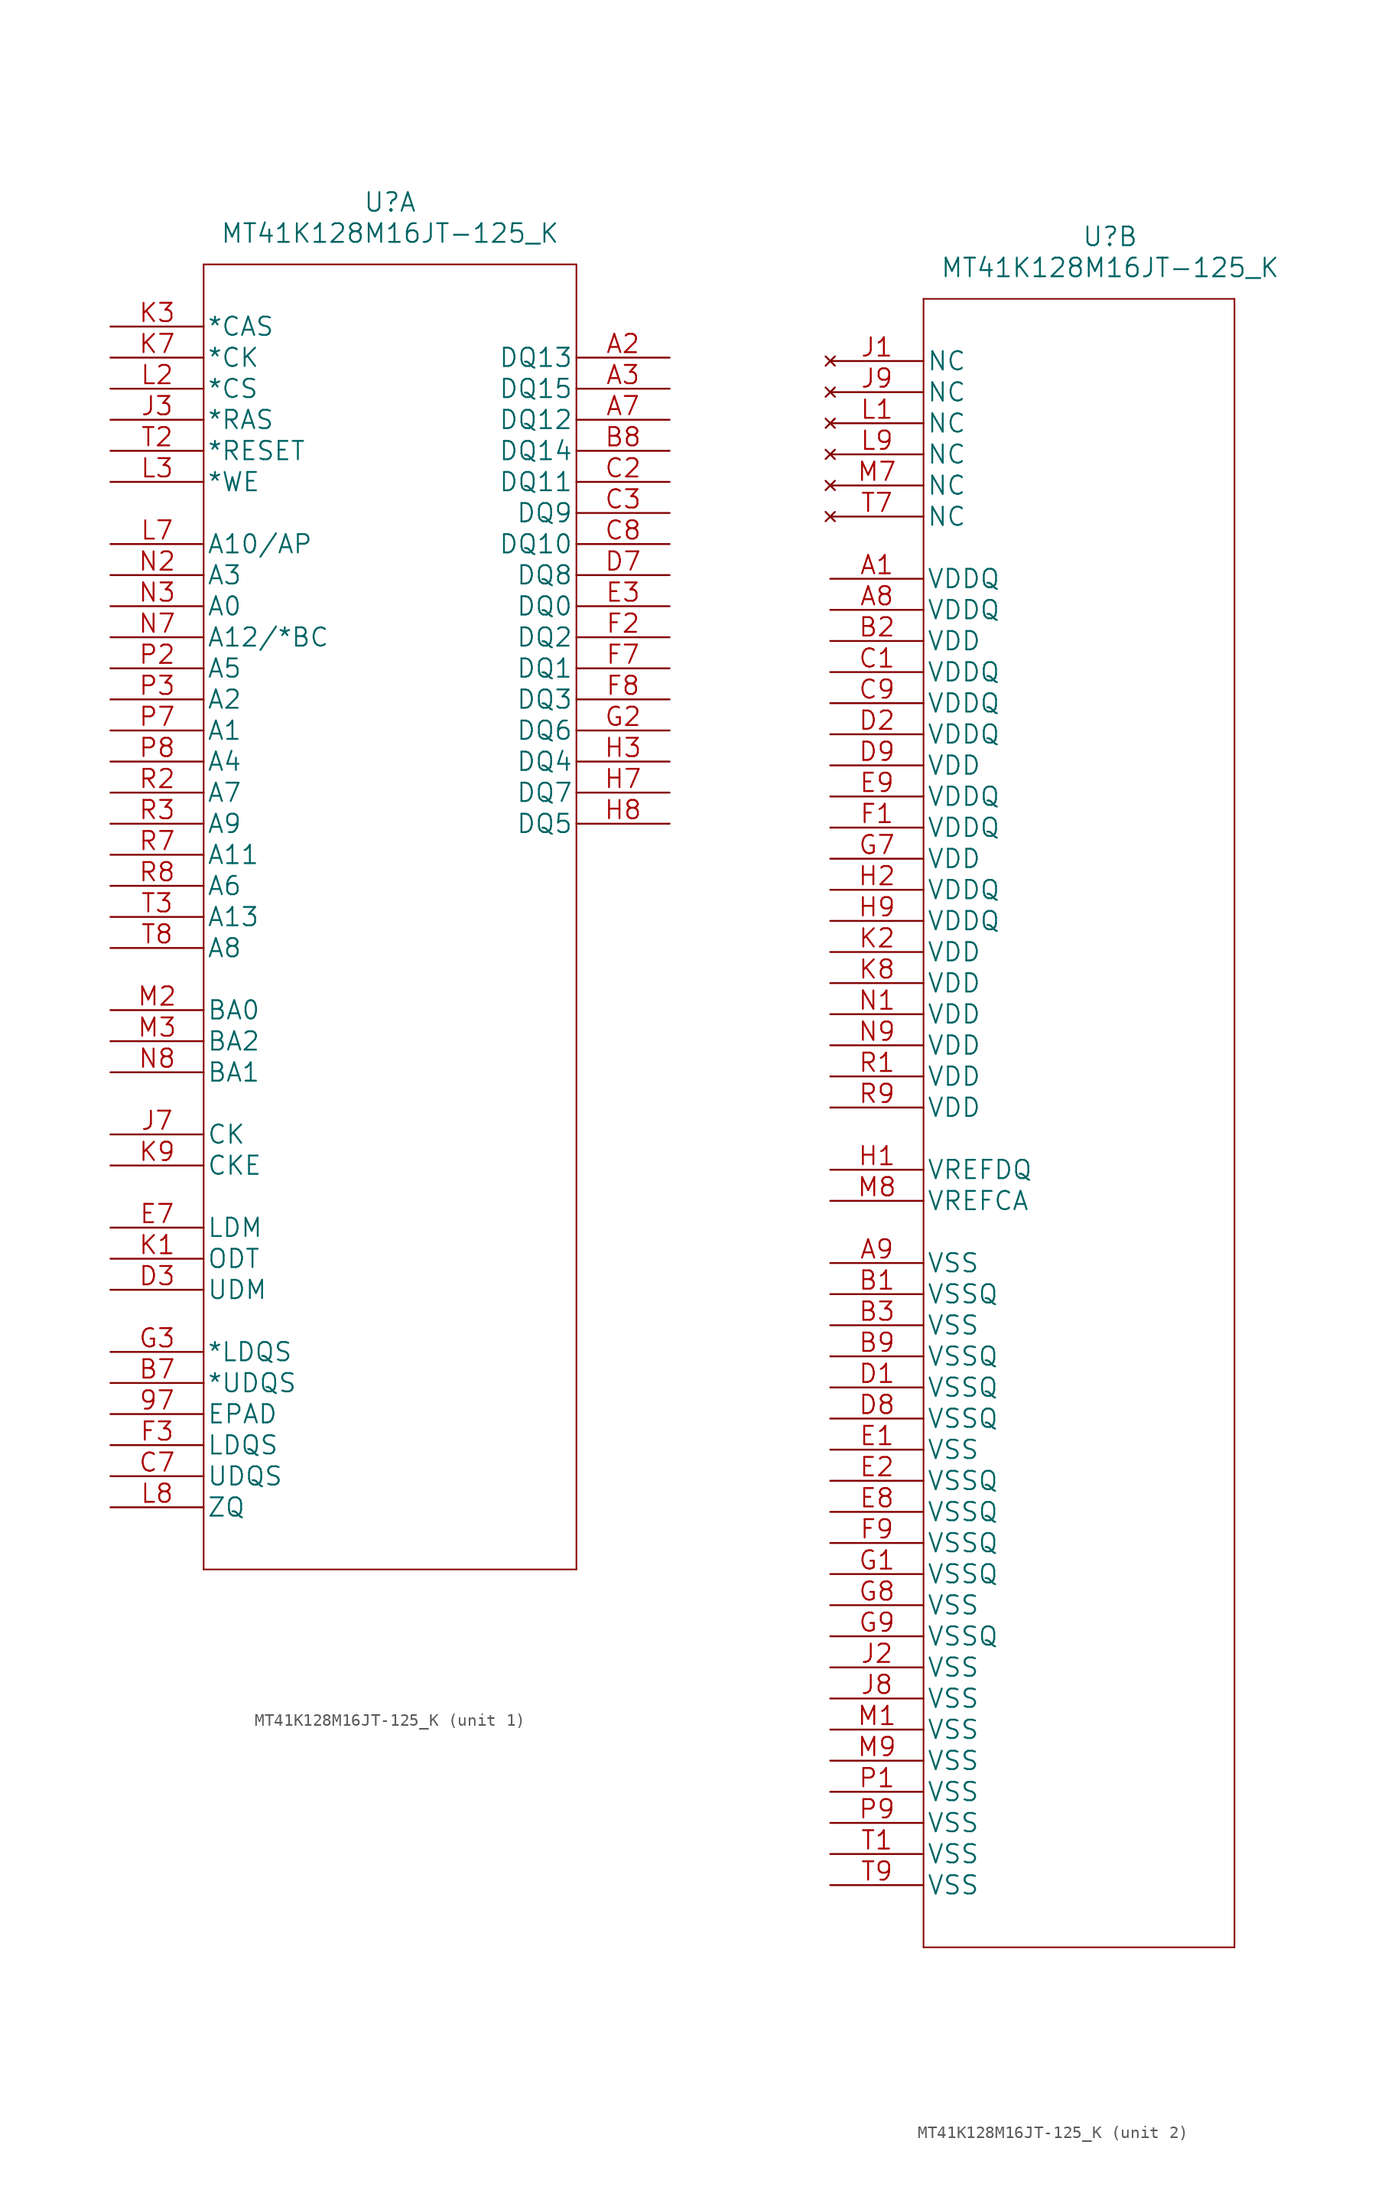
<source format=kicad_sym>
(kicad_symbol_lib
  (version 20201005)
  (generator kicad_symbol_editor)
  (symbol "MT41K128M16JT-125_K"
    (pin_names
      (offset 0.254))
    (property "Reference" "U"
      (at 22.86 10.16 0)
      (effects (font (size 1.524 1.524))))
    (property "Value" "MT41K128M16JT-125_K"
      (at 22.86 7.62 0)
      (effects (font (size 1.524 1.524))))
    (property "Datasheet" ""
      (at 0 0 0)
      (effects (font (size 1.524 1.524))))
    (symbol "MT41K128M16JT-125_K_1_1"
      (polyline (pts (xy 7.62 -101.6) (xy 38.1 -101.6)) (stroke (width 0.127)) (fill (type none)))
      (polyline (pts (xy 7.62 5.08) (xy 7.62 -101.6)) (stroke (width 0.127)) (fill (type none)))
      (polyline (pts (xy 38.1 -101.6) (xy 38.1 5.08)) (stroke (width 0.127)) (fill (type none)))
      (polyline (pts (xy 38.1 5.08) (xy 7.62 5.08)) (stroke (width 0.127)) (fill (type none)))
      (pin unspecified line (at 0 -88.9 0) (length 7.62) (name "EPAD" (effects (font (size 1.499 1.499)))) (number "97" (effects (font (size 1.499 1.499)))))
      (pin bidirectional line (at 45.72 -2.54 180) (length 7.62) (name "DQ13" (effects (font (size 1.499 1.499)))) (number "A2" (effects (font (size 1.499 1.499)))))
      (pin bidirectional line (at 45.72 -5.08 180) (length 7.62) (name "DQ15" (effects (font (size 1.499 1.499)))) (number "A3" (effects (font (size 1.499 1.499)))))
      (pin bidirectional line (at 45.72 -7.62 180) (length 7.62) (name "DQ12" (effects (font (size 1.499 1.499)))) (number "A7" (effects (font (size 1.499 1.499)))))
      (pin bidirectional line (at 0 -86.36 0) (length 7.62) (name "*UDQS" (effects (font (size 1.499 1.499)))) (number "B7" (effects (font (size 1.499 1.499)))))
      (pin bidirectional line (at 45.72 -10.16 180) (length 7.62) (name "DQ14" (effects (font (size 1.499 1.499)))) (number "B8" (effects (font (size 1.499 1.499)))))
      (pin bidirectional line (at 45.72 -12.7 180) (length 7.62) (name "DQ11" (effects (font (size 1.499 1.499)))) (number "C2" (effects (font (size 1.499 1.499)))))
      (pin bidirectional line (at 45.72 -15.24 180) (length 7.62) (name "DQ9" (effects (font (size 1.499 1.499)))) (number "C3" (effects (font (size 1.499 1.499)))))
      (pin bidirectional line (at 0 -93.98 0) (length 7.62) (name "UDQS" (effects (font (size 1.499 1.499)))) (number "C7" (effects (font (size 1.499 1.499)))))
      (pin bidirectional line (at 45.72 -17.78 180) (length 7.62) (name "DQ10" (effects (font (size 1.499 1.499)))) (number "C8" (effects (font (size 1.499 1.499)))))
      (pin input line (at 0 -78.74 0) (length 7.62) (name "UDM" (effects (font (size 1.499 1.499)))) (number "D3" (effects (font (size 1.499 1.499)))))
      (pin bidirectional line (at 45.72 -20.32 180) (length 7.62) (name "DQ8" (effects (font (size 1.499 1.499)))) (number "D7" (effects (font (size 1.499 1.499)))))
      (pin bidirectional line (at 45.72 -22.86 180) (length 7.62) (name "DQ0" (effects (font (size 1.499 1.499)))) (number "E3" (effects (font (size 1.499 1.499)))))
      (pin input line (at 0 -73.66 0) (length 7.62) (name "LDM" (effects (font (size 1.499 1.499)))) (number "E7" (effects (font (size 1.499 1.499)))))
      (pin bidirectional line (at 45.72 -25.4 180) (length 7.62) (name "DQ2" (effects (font (size 1.499 1.499)))) (number "F2" (effects (font (size 1.499 1.499)))))
      (pin bidirectional line (at 0 -91.44 0) (length 7.62) (name "LDQS" (effects (font (size 1.499 1.499)))) (number "F3" (effects (font (size 1.499 1.499)))))
      (pin bidirectional line (at 45.72 -27.94 180) (length 7.62) (name "DQ1" (effects (font (size 1.499 1.499)))) (number "F7" (effects (font (size 1.499 1.499)))))
      (pin bidirectional line (at 45.72 -30.48 180) (length 7.62) (name "DQ3" (effects (font (size 1.499 1.499)))) (number "F8" (effects (font (size 1.499 1.499)))))
      (pin bidirectional line (at 45.72 -33.02 180) (length 7.62) (name "DQ6" (effects (font (size 1.499 1.499)))) (number "G2" (effects (font (size 1.499 1.499)))))
      (pin bidirectional line (at 0 -83.82 0) (length 7.62) (name "*LDQS" (effects (font (size 1.499 1.499)))) (number "G3" (effects (font (size 1.499 1.499)))))
      (pin bidirectional line (at 45.72 -35.56 180) (length 7.62) (name "DQ4" (effects (font (size 1.499 1.499)))) (number "H3" (effects (font (size 1.499 1.499)))))
      (pin bidirectional line (at 45.72 -38.1 180) (length 7.62) (name "DQ7" (effects (font (size 1.499 1.499)))) (number "H7" (effects (font (size 1.499 1.499)))))
      (pin bidirectional line (at 45.72 -40.64 180) (length 7.62) (name "DQ5" (effects (font (size 1.499 1.499)))) (number "H8" (effects (font (size 1.499 1.499)))))
      (pin input line (at 0 -7.62 0) (length 7.62) (name "*RAS" (effects (font (size 1.499 1.499)))) (number "J3" (effects (font (size 1.499 1.499)))))
      (pin input line (at 0 -66.04 0) (length 7.62) (name "CK" (effects (font (size 1.499 1.499)))) (number "J7" (effects (font (size 1.499 1.499)))))
      (pin input line (at 0 -76.2 0) (length 7.62) (name "ODT" (effects (font (size 1.499 1.499)))) (number "K1" (effects (font (size 1.499 1.499)))))
      (pin input line (at 0 0 0) (length 7.62) (name "*CAS" (effects (font (size 1.499 1.499)))) (number "K3" (effects (font (size 1.499 1.499)))))
      (pin input line (at 0 -2.54 0) (length 7.62) (name "*CK" (effects (font (size 1.499 1.499)))) (number "K7" (effects (font (size 1.499 1.499)))))
      (pin input line (at 0 -68.58 0) (length 7.62) (name "CKE" (effects (font (size 1.499 1.499)))) (number "K9" (effects (font (size 1.499 1.499)))))
      (pin input line (at 0 -5.08 0) (length 7.62) (name "*CS" (effects (font (size 1.499 1.499)))) (number "L2" (effects (font (size 1.499 1.499)))))
      (pin input line (at 0 -12.7 0) (length 7.62) (name "*WE" (effects (font (size 1.499 1.499)))) (number "L3" (effects (font (size 1.499 1.499)))))
      (pin input line (at 0 -17.78 0) (length 7.62) (name "A10/AP" (effects (font (size 1.499 1.499)))) (number "L7" (effects (font (size 1.499 1.499)))))
      (pin unspecified line (at 0 -96.52 0) (length 7.62) (name "ZQ" (effects (font (size 1.499 1.499)))) (number "L8" (effects (font (size 1.499 1.499)))))
      (pin input line (at 0 -55.88 0) (length 7.62) (name "BA0" (effects (font (size 1.499 1.499)))) (number "M2" (effects (font (size 1.499 1.499)))))
      (pin input line (at 0 -58.42 0) (length 7.62) (name "BA2" (effects (font (size 1.499 1.499)))) (number "M3" (effects (font (size 1.499 1.499)))))
      (pin input line (at 0 -20.32 0) (length 7.62) (name "A3" (effects (font (size 1.499 1.499)))) (number "N2" (effects (font (size 1.499 1.499)))))
      (pin input line (at 0 -22.86 0) (length 7.62) (name "A0" (effects (font (size 1.499 1.499)))) (number "N3" (effects (font (size 1.499 1.499)))))
      (pin input line (at 0 -25.4 0) (length 7.62) (name "A12/*BC" (effects (font (size 1.499 1.499)))) (number "N7" (effects (font (size 1.499 1.499)))))
      (pin input line (at 0 -60.96 0) (length 7.62) (name "BA1" (effects (font (size 1.499 1.499)))) (number "N8" (effects (font (size 1.499 1.499)))))
      (pin input line (at 0 -27.94 0) (length 7.62) (name "A5" (effects (font (size 1.499 1.499)))) (number "P2" (effects (font (size 1.499 1.499)))))
      (pin input line (at 0 -30.48 0) (length 7.62) (name "A2" (effects (font (size 1.499 1.499)))) (number "P3" (effects (font (size 1.499 1.499)))))
      (pin input line (at 0 -33.02 0) (length 7.62) (name "A1" (effects (font (size 1.499 1.499)))) (number "P7" (effects (font (size 1.499 1.499)))))
      (pin input line (at 0 -35.56 0) (length 7.62) (name "A4" (effects (font (size 1.499 1.499)))) (number "P8" (effects (font (size 1.499 1.499)))))
      (pin input line (at 0 -38.1 0) (length 7.62) (name "A7" (effects (font (size 1.499 1.499)))) (number "R2" (effects (font (size 1.499 1.499)))))
      (pin input line (at 0 -40.64 0) (length 7.62) (name "A9" (effects (font (size 1.499 1.499)))) (number "R3" (effects (font (size 1.499 1.499)))))
      (pin input line (at 0 -43.18 0) (length 7.62) (name "A11" (effects (font (size 1.499 1.499)))) (number "R7" (effects (font (size 1.499 1.499)))))
      (pin input line (at 0 -45.72 0) (length 7.62) (name "A6" (effects (font (size 1.499 1.499)))) (number "R8" (effects (font (size 1.499 1.499)))))
      (pin input line (at 0 -10.16 0) (length 7.62) (name "*RESET" (effects (font (size 1.499 1.499)))) (number "T2" (effects (font (size 1.499 1.499)))))
      (pin input line (at 0 -48.26 0) (length 7.62) (name "A13" (effects (font (size 1.499 1.499)))) (number "T3" (effects (font (size 1.499 1.499)))))
      (pin input line (at 0 -50.8 0) (length 7.62) (name "A8" (effects (font (size 1.499 1.499)))) (number "T8" (effects (font (size 1.499 1.499))))))
    (symbol "MT41K128M16JT-125_K_2_1"
      (polyline (pts (xy 7.62 -129.54) (xy 33.02 -129.54)) (stroke (width 0.127)) (fill (type none)))
      (polyline (pts (xy 7.62 5.08) (xy 7.62 -129.54)) (stroke (width 0.127)) (fill (type none)))
      (polyline (pts (xy 33.02 -129.54) (xy 33.02 5.08)) (stroke (width 0.127)) (fill (type none)))
      (polyline (pts (xy 33.02 5.08) (xy 7.62 5.08)) (stroke (width 0.127)) (fill (type none)))
      (pin power_in line (at 0 -17.78 0) (length 7.62) (name "VDDQ" (effects (font (size 1.499 1.499)))) (number "A1" (effects (font (size 1.499 1.499)))))
      (pin power_in line (at 0 -20.32 0) (length 7.62) (name "VDDQ" (effects (font (size 1.499 1.499)))) (number "A8" (effects (font (size 1.499 1.499)))))
      (pin power_in line (at 0 -73.66 0) (length 7.62) (name "VSS" (effects (font (size 1.499 1.499)))) (number "A9" (effects (font (size 1.499 1.499)))))
      (pin power_in line (at 0 -76.2 0) (length 7.62) (name "VSSQ" (effects (font (size 1.499 1.499)))) (number "B1" (effects (font (size 1.499 1.499)))))
      (pin power_in line (at 0 -22.86 0) (length 7.62) (name "VDD" (effects (font (size 1.499 1.499)))) (number "B2" (effects (font (size 1.499 1.499)))))
      (pin power_in line (at 0 -78.74 0) (length 7.62) (name "VSS" (effects (font (size 1.499 1.499)))) (number "B3" (effects (font (size 1.499 1.499)))))
      (pin power_in line (at 0 -81.28 0) (length 7.62) (name "VSSQ" (effects (font (size 1.499 1.499)))) (number "B9" (effects (font (size 1.499 1.499)))))
      (pin power_in line (at 0 -25.4 0) (length 7.62) (name "VDDQ" (effects (font (size 1.499 1.499)))) (number "C1" (effects (font (size 1.499 1.499)))))
      (pin power_in line (at 0 -27.94 0) (length 7.62) (name "VDDQ" (effects (font (size 1.499 1.499)))) (number "C9" (effects (font (size 1.499 1.499)))))
      (pin power_in line (at 0 -83.82 0) (length 7.62) (name "VSSQ" (effects (font (size 1.499 1.499)))) (number "D1" (effects (font (size 1.499 1.499)))))
      (pin power_in line (at 0 -30.48 0) (length 7.62) (name "VDDQ" (effects (font (size 1.499 1.499)))) (number "D2" (effects (font (size 1.499 1.499)))))
      (pin power_in line (at 0 -86.36 0) (length 7.62) (name "VSSQ" (effects (font (size 1.499 1.499)))) (number "D8" (effects (font (size 1.499 1.499)))))
      (pin power_in line (at 0 -33.02 0) (length 7.62) (name "VDD" (effects (font (size 1.499 1.499)))) (number "D9" (effects (font (size 1.499 1.499)))))
      (pin power_in line (at 0 -88.9 0) (length 7.62) (name "VSS" (effects (font (size 1.499 1.499)))) (number "E1" (effects (font (size 1.499 1.499)))))
      (pin power_in line (at 0 -91.44 0) (length 7.62) (name "VSSQ" (effects (font (size 1.499 1.499)))) (number "E2" (effects (font (size 1.499 1.499)))))
      (pin power_in line (at 0 -93.98 0) (length 7.62) (name "VSSQ" (effects (font (size 1.499 1.499)))) (number "E8" (effects (font (size 1.499 1.499)))))
      (pin power_in line (at 0 -35.56 0) (length 7.62) (name "VDDQ" (effects (font (size 1.499 1.499)))) (number "E9" (effects (font (size 1.499 1.499)))))
      (pin power_in line (at 0 -38.1 0) (length 7.62) (name "VDDQ" (effects (font (size 1.499 1.499)))) (number "F1" (effects (font (size 1.499 1.499)))))
      (pin power_in line (at 0 -96.52 0) (length 7.62) (name "VSSQ" (effects (font (size 1.499 1.499)))) (number "F9" (effects (font (size 1.499 1.499)))))
      (pin power_in line (at 0 -99.06 0) (length 7.62) (name "VSSQ" (effects (font (size 1.499 1.499)))) (number "G1" (effects (font (size 1.499 1.499)))))
      (pin power_in line (at 0 -40.64 0) (length 7.62) (name "VDD" (effects (font (size 1.499 1.499)))) (number "G7" (effects (font (size 1.499 1.499)))))
      (pin power_in line (at 0 -101.6 0) (length 7.62) (name "VSS" (effects (font (size 1.499 1.499)))) (number "G8" (effects (font (size 1.499 1.499)))))
      (pin power_in line (at 0 -104.14 0) (length 7.62) (name "VSSQ" (effects (font (size 1.499 1.499)))) (number "G9" (effects (font (size 1.499 1.499)))))
      (pin power_in line (at 0 -66.04 0) (length 7.62) (name "VREFDQ" (effects (font (size 1.499 1.499)))) (number "H1" (effects (font (size 1.499 1.499)))))
      (pin power_in line (at 0 -43.18 0) (length 7.62) (name "VDDQ" (effects (font (size 1.499 1.499)))) (number "H2" (effects (font (size 1.499 1.499)))))
      (pin power_in line (at 0 -45.72 0) (length 7.62) (name "VDDQ" (effects (font (size 1.499 1.499)))) (number "H9" (effects (font (size 1.499 1.499)))))
      (pin no_connect line (at 0 0 0) (length 7.62) (name "NC" (effects (font (size 1.499 1.499)))) (number "J1" (effects (font (size 1.499 1.499)))))
      (pin power_in line (at 0 -106.68 0) (length 7.62) (name "VSS" (effects (font (size 1.499 1.499)))) (number "J2" (effects (font (size 1.499 1.499)))))
      (pin power_in line (at 0 -109.22 0) (length 7.62) (name "VSS" (effects (font (size 1.499 1.499)))) (number "J8" (effects (font (size 1.499 1.499)))))
      (pin no_connect line (at 0 -2.54 0) (length 7.62) (name "NC" (effects (font (size 1.499 1.499)))) (number "J9" (effects (font (size 1.499 1.499)))))
      (pin power_in line (at 0 -48.26 0) (length 7.62) (name "VDD" (effects (font (size 1.499 1.499)))) (number "K2" (effects (font (size 1.499 1.499)))))
      (pin power_in line (at 0 -50.8 0) (length 7.62) (name "VDD" (effects (font (size 1.499 1.499)))) (number "K8" (effects (font (size 1.499 1.499)))))
      (pin no_connect line (at 0 -5.08 0) (length 7.62) (name "NC" (effects (font (size 1.499 1.499)))) (number "L1" (effects (font (size 1.499 1.499)))))
      (pin no_connect line (at 0 -7.62 0) (length 7.62) (name "NC" (effects (font (size 1.499 1.499)))) (number "L9" (effects (font (size 1.499 1.499)))))
      (pin power_in line (at 0 -111.76 0) (length 7.62) (name "VSS" (effects (font (size 1.499 1.499)))) (number "M1" (effects (font (size 1.499 1.499)))))
      (pin no_connect line (at 0 -10.16 0) (length 7.62) (name "NC" (effects (font (size 1.499 1.499)))) (number "M7" (effects (font (size 1.499 1.499)))))
      (pin power_in line (at 0 -68.58 0) (length 7.62) (name "VREFCA" (effects (font (size 1.499 1.499)))) (number "M8" (effects (font (size 1.499 1.499)))))
      (pin power_in line (at 0 -114.3 0) (length 7.62) (name "VSS" (effects (font (size 1.499 1.499)))) (number "M9" (effects (font (size 1.499 1.499)))))
      (pin power_in line (at 0 -53.34 0) (length 7.62) (name "VDD" (effects (font (size 1.499 1.499)))) (number "N1" (effects (font (size 1.499 1.499)))))
      (pin power_in line (at 0 -55.88 0) (length 7.62) (name "VDD" (effects (font (size 1.499 1.499)))) (number "N9" (effects (font (size 1.499 1.499)))))
      (pin power_in line (at 0 -116.84 0) (length 7.62) (name "VSS" (effects (font (size 1.499 1.499)))) (number "P1" (effects (font (size 1.499 1.499)))))
      (pin power_in line (at 0 -119.38 0) (length 7.62) (name "VSS" (effects (font (size 1.499 1.499)))) (number "P9" (effects (font (size 1.499 1.499)))))
      (pin power_in line (at 0 -58.42 0) (length 7.62) (name "VDD" (effects (font (size 1.499 1.499)))) (number "R1" (effects (font (size 1.499 1.499)))))
      (pin power_in line (at 0 -60.96 0) (length 7.62) (name "VDD" (effects (font (size 1.499 1.499)))) (number "R9" (effects (font (size 1.499 1.499)))))
      (pin power_in line (at 0 -121.92 0) (length 7.62) (name "VSS" (effects (font (size 1.499 1.499)))) (number "T1" (effects (font (size 1.499 1.499)))))
      (pin no_connect line (at 0 -12.7 0) (length 7.62) (name "NC" (effects (font (size 1.499 1.499)))) (number "T7" (effects (font (size 1.499 1.499)))))
      (pin power_in line (at 0 -124.46 0) (length 7.62) (name "VSS" (effects (font (size 1.499 1.499)))) (number "T9" (effects (font (size 1.499 1.499))))))))
</source>
